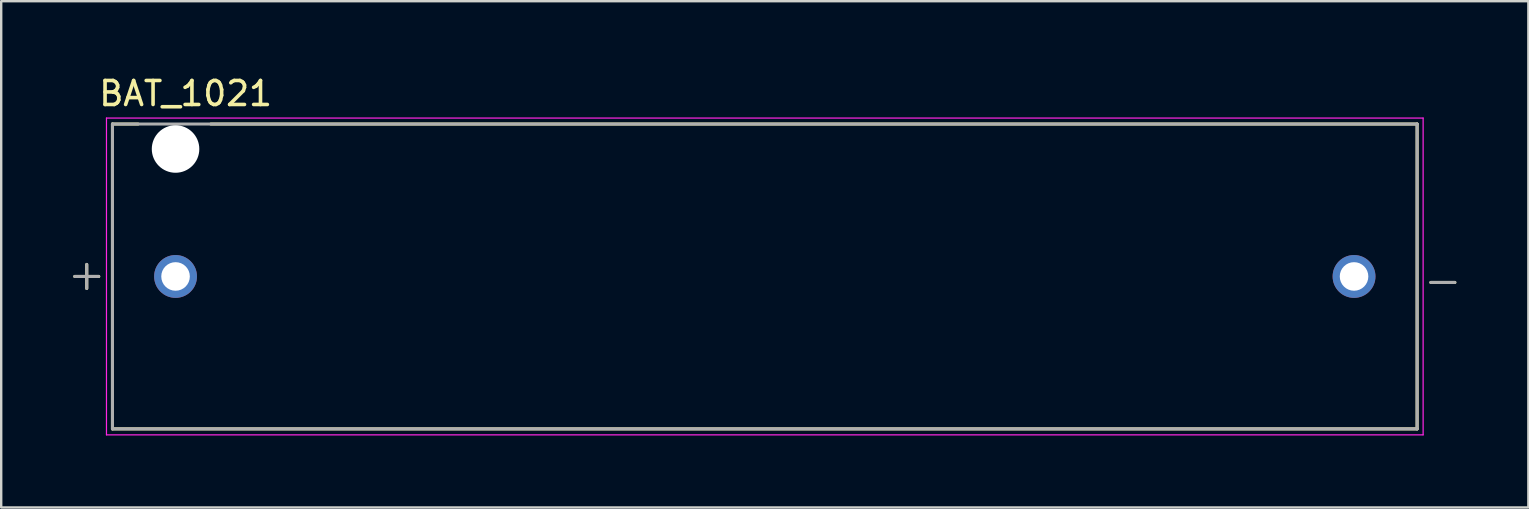
<source format=kicad_pcb>
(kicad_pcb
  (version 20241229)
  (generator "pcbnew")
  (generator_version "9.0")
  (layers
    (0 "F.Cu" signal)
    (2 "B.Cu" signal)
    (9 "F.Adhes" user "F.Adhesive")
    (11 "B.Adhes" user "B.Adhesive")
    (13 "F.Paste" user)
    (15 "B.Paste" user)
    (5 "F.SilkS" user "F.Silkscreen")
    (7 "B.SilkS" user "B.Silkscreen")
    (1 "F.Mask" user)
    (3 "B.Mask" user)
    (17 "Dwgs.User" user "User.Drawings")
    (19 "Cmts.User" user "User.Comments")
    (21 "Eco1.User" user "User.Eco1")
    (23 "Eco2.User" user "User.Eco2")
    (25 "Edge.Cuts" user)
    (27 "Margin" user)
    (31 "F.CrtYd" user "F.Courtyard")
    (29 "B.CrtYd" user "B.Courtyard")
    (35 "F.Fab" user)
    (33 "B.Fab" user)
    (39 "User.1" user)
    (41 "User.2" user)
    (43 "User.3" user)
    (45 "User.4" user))
  (footprint "BAT_1021"
    (layer "F.Cu")
    (at 28.814 8.468)
    (property "Reference" "BAT_1021" (at -24.13 -7.62 0) (layer "F.SilkS") (effects (font (size 1 1) (thickness 0.15))))
    (attr through_hole)
    (fp_line (start -28.25 -0.5) (end -28.25 0.5) (stroke (width 0.127) (type solid)) (layer "F.SilkS"))
    (fp_line (start -27.75 0) (end -28.75 0) (stroke (width 0.127) (type solid)) (layer "F.SilkS"))
    (fp_line (start -27.178 -6.35) (end -26.11 -6.35) (stroke (width 0.127) (type solid)) (layer "F.SilkS"))
    (fp_line (start -27.178 6.35) (end -27.178 -6.35) (stroke (width 0.127) (type solid)) (layer "F.SilkS"))
    (fp_line (start -23.08 -6.35) (end 27.178 -6.35) (stroke (width 0.127) (type solid)) (layer "F.SilkS"))
    (fp_line (start 27.178 -6.35) (end 27.178 6.35) (stroke (width 0.127) (type solid)) (layer "F.SilkS"))
    (fp_line (start 27.178 6.35) (end -27.178 6.35) (stroke (width 0.127) (type solid)) (layer "F.SilkS"))
    (fp_line (start 27.75 0.25) (end 28.75 0.25) (stroke (width 0.127) (type solid)) (layer "F.SilkS"))
    (fp_line (start -27.428 -6.6) (end 27.428 -6.6) (stroke (width 0.05) (type solid)) (layer "F.CrtYd"))
    (fp_line (start -27.428 6.6) (end -27.428 -6.6) (stroke (width 0.05) (type solid)) (layer "F.CrtYd"))
    (fp_line (start 27.428 -6.6) (end 27.428 6.6) (stroke (width 0.05) (type solid)) (layer "F.CrtYd"))
    (fp_line (start 27.428 6.6) (end -27.428 6.6) (stroke (width 0.05) (type solid)) (layer "F.CrtYd"))
    (fp_line (start -28.75 0) (end -27.75 0) (stroke (width 0.127) (type solid)) (layer "F.Fab"))
    (fp_line (start -28.25 -0.5) (end -28.25 0.5) (stroke (width 0.127) (type solid)) (layer "F.Fab"))
    (fp_line (start -27.178 -6.35) (end 27.178 -6.35) (stroke (width 0.127) (type solid)) (layer "F.Fab"))
    (fp_line (start -27.178 6.35) (end -27.178 -6.35) (stroke (width 0.127) (type solid)) (layer "F.Fab"))
    (fp_line (start 27.178 -6.35) (end 27.178 6.35) (stroke (width 0.127) (type solid)) (layer "F.Fab"))
    (fp_line (start 27.178 6.35) (end -27.178 6.35) (stroke (width 0.127) (type solid)) (layer "F.Fab"))
    (fp_line (start 27.75 0.25) (end 28.75 0.25) (stroke (width 0.127) (type solid)) (layer "F.Fab"))
    (pad "" np_thru_hole circle (at -24.55 -5.31) (size 1.98 1.98) (drill 1.98) (layers "*.Cu" "*.Mask"))
    (pad "N" thru_hole circle (at 24.55 0) (size 1.785 1.785) (drill 1.19) (layers "*.Cu" "*.Mask"))
    (pad "P" thru_hole circle (at -24.55 0) (size 1.785 1.785) (drill 1.19) (layers "*.Cu" "*.Mask")))
  (gr_rect
    (start -3 -3)
    (end 60.627 18.093)
    (stroke (width 0.1) (type default))
    (fill no)
    (layer "Edge.Cuts")))
</source>
